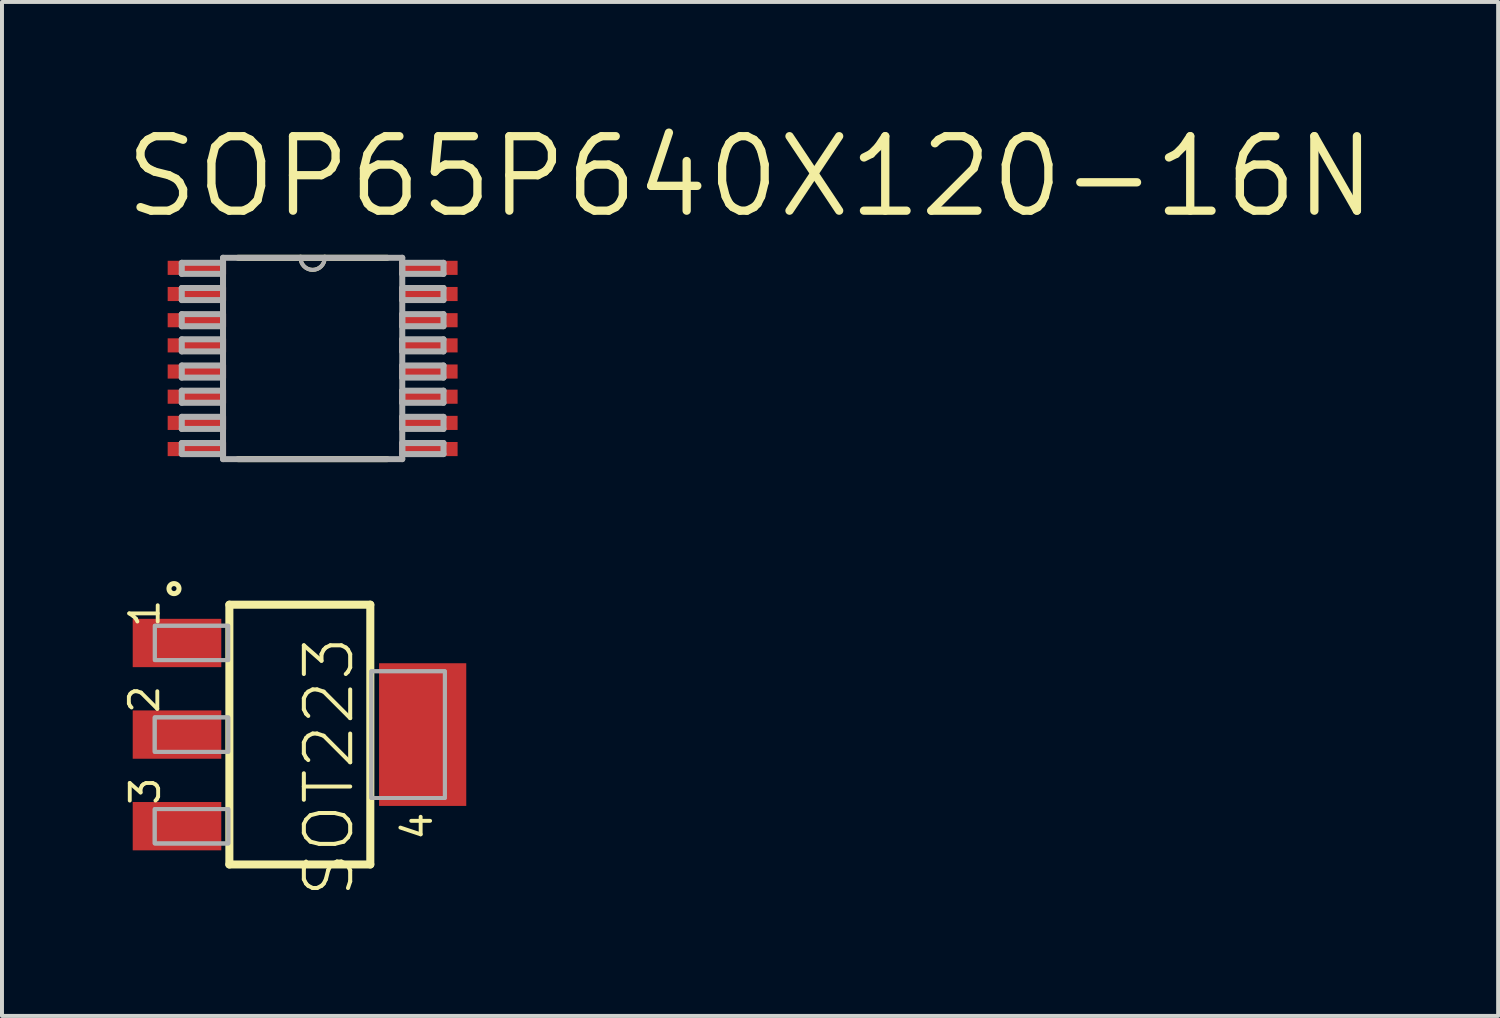
<source format=kicad_pcb>
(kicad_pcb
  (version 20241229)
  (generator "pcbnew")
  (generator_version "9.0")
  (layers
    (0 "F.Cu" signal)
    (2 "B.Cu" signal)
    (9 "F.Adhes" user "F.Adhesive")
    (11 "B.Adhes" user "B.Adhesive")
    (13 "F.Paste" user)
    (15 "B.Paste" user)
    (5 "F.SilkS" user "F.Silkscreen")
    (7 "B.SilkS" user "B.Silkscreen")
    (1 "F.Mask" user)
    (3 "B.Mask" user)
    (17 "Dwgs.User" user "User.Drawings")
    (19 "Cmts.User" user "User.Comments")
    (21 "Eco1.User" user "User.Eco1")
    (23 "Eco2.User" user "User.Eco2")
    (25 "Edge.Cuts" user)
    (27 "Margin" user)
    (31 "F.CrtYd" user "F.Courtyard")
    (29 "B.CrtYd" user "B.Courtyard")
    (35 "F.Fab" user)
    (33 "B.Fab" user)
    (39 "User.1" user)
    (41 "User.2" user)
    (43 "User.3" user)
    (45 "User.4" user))
  (footprint "SOT223"
    (layer "F.Cu")
    (at 4.515 15.484)
    (property "Reference" "SOT223" (at 0.051 -2.542 90) (unlocked yes) (layer "F.SilkS") (effects (font (size 1.169 1.169) (thickness 0.102)) (justify right top)))
    (fp_line (start -1.778 -3.277) (end 1.778 -3.277) (stroke (width 0.203) (type solid)) (layer "F.SilkS"))
    (fp_line (start -1.778 3.277) (end -1.778 -3.277) (stroke (width 0.203) (type solid)) (layer "F.SilkS"))
    (fp_line (start 1.778 -3.277) (end 1.778 3.277) (stroke (width 0.203) (type solid)) (layer "F.SilkS"))
    (fp_line (start 1.778 3.277) (end -1.778 3.277) (stroke (width 0.203) (type solid)) (layer "F.SilkS"))
    (fp_circle (center -3.175 -3.683) (end -3.048 -3.683) (stroke (width 0.127) (type solid)) (fill no) (layer "F.SilkS"))
    (fp_poly (pts (xy -3.663 -0.435) (xy -3.663 0.437) (xy -1.806 0.437) (xy -1.806 -0.435)) (stroke (width 0.1) (type default)) (fill no) (layer "F.Fab"))
    (fp_poly (pts (xy -3.662 1.88) (xy -3.662 2.747) (xy -1.803 2.747) (xy -1.803 1.88)) (stroke (width 0.1) (type default)) (fill no) (layer "F.Fab"))
    (fp_poly (pts (xy -3.662 1.88) (xy -3.662 2.747) (xy -1.803 2.747) (xy -1.803 1.88)) (stroke (width 0.1) (type default)) (fill no) (layer "F.Fab"))
    (fp_poly (pts (xy -3.661 -0.434) (xy -3.661 0.435) (xy -1.805 0.435) (xy -1.805 -0.434)) (stroke (width 0.1) (type default)) (fill no) (layer "F.Fab"))
    (fp_poly (pts (xy -3.66 -2.748) (xy -3.66 -1.878) (xy -1.809 -1.878) (xy -1.809 -2.748)) (stroke (width 0.1) (type default)) (fill no) (layer "F.Fab"))
    (fp_poly (pts (xy -3.658 -2.745) (xy -3.658 -1.879) (xy -1.806 -1.879) (xy -1.806 -2.745)) (stroke (width 0.1) (type default)) (fill no) (layer "F.Fab"))
    (fp_poly (pts (xy 1.804 -1.599) (xy 1.804 1.6) (xy 3.659 1.6) (xy 3.659 -1.599)) (stroke (width 0.1) (type default)) (fill no) (layer "F.Fab"))
    (fp_poly (pts (xy 1.804 -1.598) (xy 1.804 1.6) (xy 3.66 1.6) (xy 3.66 -1.598)) (stroke (width 0.1) (type default)) (fill no) (layer "F.Fab"))
    (fp_text user "3" (at -4.32 1.021 90) (unlocked yes) (layer "F.SilkS") (effects (font (size 0.716 0.716) (thickness 0.098)) (justify right top)))
    (fp_text user "4" (at 2.542 1.907 90) (unlocked yes) (layer "F.SilkS") (effects (font (size 0.716 0.716) (thickness 0.098)) (justify right top)))
    (fp_text user "2" (at -4.343 -1.295 90) (unlocked yes) (layer "F.SilkS") (effects (font (size 0.718 0.718) (thickness 0.098)) (justify right top)))
    (fp_text user "1" (at -4.333 -3.464 90) (unlocked yes) (layer "F.SilkS") (effects (font (size 0.718 0.718) (thickness 0.098)) (justify right top)))
    (pad "1" smd rect (at -3.099 -2.311 270) (size 1.219 2.235) (layers "F.Cu" "F.Mask" "F.Paste"))
    (pad "2" smd rect (at -3.099 0 270) (size 1.219 2.235) (layers "F.Cu" "F.Mask" "F.Paste"))
    (pad "3" smd rect (at -3.099 2.311 270) (size 1.219 2.235) (layers "F.Cu" "F.Mask" "F.Paste"))
    (pad "4" smd rect (at 3.099 0 270) (size 3.6 2.2) (layers "F.Cu" "F.Mask" "F.Paste")))
  (footprint "SOP65P640X120-16N"
    (layer "F.Cu")
    (at 4.838 5.994)
    (property "Reference" "SOP65P640X120-16N" (at -4.838 -3.488 0) (unlocked yes) (layer "F.SilkS") (effects (font (size 1.879 1.879) (thickness 0.209)) (justify left bottom)))
    (fp_line (start -1.88 2.54) (end 1.88 2.54) (stroke (width 0.152) (type solid)) (layer "F.SilkS"))
    (fp_line (start -0.305 -2.54) (end -1.88 -2.54) (stroke (width 0.152) (type solid)) (layer "F.SilkS"))
    (fp_line (start 0.305 -2.54) (end -0.305 -2.54) (stroke (width 0.152) (type solid)) (layer "F.SilkS"))
    (fp_line (start 1.88 -2.54) (end 0.305 -2.54) (stroke (width 0.152) (type solid)) (layer "F.SilkS"))
    (fp_arc (start 0.3048 -2.54) (mid 0 -2.2352) (end -0.3048 -2.54) (stroke (width 0.1) (type solid)) (layer "F.SilkS"))
    (fp_line (start -3.302 -2.413) (end -3.302 -2.134) (stroke (width 0.152) (type solid)) (layer "F.Fab"))
    (fp_line (start -3.302 -2.134) (end -2.261 -2.134) (stroke (width 0.152) (type solid)) (layer "F.Fab"))
    (fp_line (start -3.302 -1.778) (end -3.302 -1.473) (stroke (width 0.152) (type solid)) (layer "F.Fab"))
    (fp_line (start -3.302 -1.473) (end -2.261 -1.473) (stroke (width 0.152) (type solid)) (layer "F.Fab"))
    (fp_line (start -3.302 -1.118) (end -3.302 -0.813) (stroke (width 0.152) (type solid)) (layer "F.Fab"))
    (fp_line (start -3.302 -0.813) (end -2.261 -0.813) (stroke (width 0.152) (type solid)) (layer "F.Fab"))
    (fp_line (start -3.302 -0.483) (end -3.302 -0.178) (stroke (width 0.152) (type solid)) (layer "F.Fab"))
    (fp_line (start -3.302 -0.178) (end -2.261 -0.178) (stroke (width 0.152) (type solid)) (layer "F.Fab"))
    (fp_line (start -3.302 0.178) (end -3.302 0.483) (stroke (width 0.152) (type solid)) (layer "F.Fab"))
    (fp_line (start -3.302 0.483) (end -2.261 0.483) (stroke (width 0.152) (type solid)) (layer "F.Fab"))
    (fp_line (start -3.302 0.813) (end -3.302 1.118) (stroke (width 0.152) (type solid)) (layer "F.Fab"))
    (fp_line (start -3.302 1.118) (end -2.261 1.118) (stroke (width 0.152) (type solid)) (layer "F.Fab"))
    (fp_line (start -3.302 1.473) (end -3.302 1.778) (stroke (width 0.152) (type solid)) (layer "F.Fab"))
    (fp_line (start -3.302 1.778) (end -2.261 1.778) (stroke (width 0.152) (type solid)) (layer "F.Fab"))
    (fp_line (start -3.302 2.134) (end -3.302 2.413) (stroke (width 0.152) (type solid)) (layer "F.Fab"))
    (fp_line (start -3.302 2.413) (end -2.261 2.413) (stroke (width 0.152) (type solid)) (layer "F.Fab"))
    (fp_line (start -2.261 -2.54) (end -2.261 2.54) (stroke (width 0.152) (type solid)) (layer "F.Fab"))
    (fp_line (start -2.261 -2.413) (end -3.302 -2.413) (stroke (width 0.152) (type solid)) (layer "F.Fab"))
    (fp_line (start -2.261 -2.134) (end -2.261 -2.413) (stroke (width 0.152) (type solid)) (layer "F.Fab"))
    (fp_line (start -2.261 -1.778) (end -3.302 -1.778) (stroke (width 0.152) (type solid)) (layer "F.Fab"))
    (fp_line (start -2.261 -1.473) (end -2.261 -1.778) (stroke (width 0.152) (type solid)) (layer "F.Fab"))
    (fp_line (start -2.261 -1.118) (end -3.302 -1.118) (stroke (width 0.152) (type solid)) (layer "F.Fab"))
    (fp_line (start -2.261 -0.813) (end -2.261 -1.118) (stroke (width 0.152) (type solid)) (layer "F.Fab"))
    (fp_line (start -2.261 -0.483) (end -3.302 -0.483) (stroke (width 0.152) (type solid)) (layer "F.Fab"))
    (fp_line (start -2.261 -0.178) (end -2.261 -0.483) (stroke (width 0.152) (type solid)) (layer "F.Fab"))
    (fp_line (start -2.261 0.178) (end -3.302 0.178) (stroke (width 0.152) (type solid)) (layer "F.Fab"))
    (fp_line (start -2.261 0.483) (end -2.261 0.178) (stroke (width 0.152) (type solid)) (layer "F.Fab"))
    (fp_line (start -2.261 0.813) (end -3.302 0.813) (stroke (width 0.152) (type solid)) (layer "F.Fab"))
    (fp_line (start -2.261 1.118) (end -2.261 0.813) (stroke (width 0.152) (type solid)) (layer "F.Fab"))
    (fp_line (start -2.261 1.473) (end -3.302 1.473) (stroke (width 0.152) (type solid)) (layer "F.Fab"))
    (fp_line (start -2.261 1.778) (end -2.261 1.473) (stroke (width 0.152) (type solid)) (layer "F.Fab"))
    (fp_line (start -2.261 2.134) (end -3.302 2.134) (stroke (width 0.152) (type solid)) (layer "F.Fab"))
    (fp_line (start -2.261 2.413) (end -2.261 2.134) (stroke (width 0.152) (type solid)) (layer "F.Fab"))
    (fp_line (start -2.261 2.54) (end 2.261 2.54) (stroke (width 0.152) (type solid)) (layer "F.Fab"))
    (fp_line (start -0.305 -2.54) (end -2.261 -2.54) (stroke (width 0.152) (type solid)) (layer "F.Fab"))
    (fp_line (start 0.305 -2.54) (end -0.305 -2.54) (stroke (width 0.152) (type solid)) (layer "F.Fab"))
    (fp_line (start 2.261 -2.54) (end 0.305 -2.54) (stroke (width 0.152) (type solid)) (layer "F.Fab"))
    (fp_line (start 2.261 -2.413) (end 2.261 -2.134) (stroke (width 0.152) (type solid)) (layer "F.Fab"))
    (fp_line (start 2.261 -2.134) (end 3.302 -2.134) (stroke (width 0.152) (type solid)) (layer "F.Fab"))
    (fp_line (start 2.261 -1.778) (end 2.261 -1.473) (stroke (width 0.152) (type solid)) (layer "F.Fab"))
    (fp_line (start 2.261 -1.473) (end 3.302 -1.473) (stroke (width 0.152) (type solid)) (layer "F.Fab"))
    (fp_line (start 2.261 -1.118) (end 2.261 -0.813) (stroke (width 0.152) (type solid)) (layer "F.Fab"))
    (fp_line (start 2.261 -0.813) (end 3.302 -0.813) (stroke (width 0.152) (type solid)) (layer "F.Fab"))
    (fp_line (start 2.261 -0.483) (end 2.261 -0.178) (stroke (width 0.152) (type solid)) (layer "F.Fab"))
    (fp_line (start 2.261 -0.178) (end 3.302 -0.178) (stroke (width 0.152) (type solid)) (layer "F.Fab"))
    (fp_line (start 2.261 0.178) (end 2.261 0.483) (stroke (width 0.152) (type solid)) (layer "F.Fab"))
    (fp_line (start 2.261 0.483) (end 3.302 0.483) (stroke (width 0.152) (type solid)) (layer "F.Fab"))
    (fp_line (start 2.261 0.813) (end 2.261 1.118) (stroke (width 0.152) (type solid)) (layer "F.Fab"))
    (fp_line (start 2.261 1.118) (end 3.302 1.118) (stroke (width 0.152) (type solid)) (layer "F.Fab"))
    (fp_line (start 2.261 1.473) (end 2.261 1.778) (stroke (width 0.152) (type solid)) (layer "F.Fab"))
    (fp_line (start 2.261 1.778) (end 3.302 1.778) (stroke (width 0.152) (type solid)) (layer "F.Fab"))
    (fp_line (start 2.261 2.134) (end 2.261 2.413) (stroke (width 0.152) (type solid)) (layer "F.Fab"))
    (fp_line (start 2.261 2.413) (end 3.302 2.413) (stroke (width 0.152) (type solid)) (layer "F.Fab"))
    (fp_line (start 2.261 2.54) (end 2.261 -2.54) (stroke (width 0.152) (type solid)) (layer "F.Fab"))
    (fp_line (start 3.302 -2.413) (end 2.261 -2.413) (stroke (width 0.152) (type solid)) (layer "F.Fab"))
    (fp_line (start 3.302 -2.134) (end 3.302 -2.413) (stroke (width 0.152) (type solid)) (layer "F.Fab"))
    (fp_line (start 3.302 -1.778) (end 2.261 -1.778) (stroke (width 0.152) (type solid)) (layer "F.Fab"))
    (fp_line (start 3.302 -1.473) (end 3.302 -1.778) (stroke (width 0.152) (type solid)) (layer "F.Fab"))
    (fp_line (start 3.302 -1.118) (end 2.261 -1.118) (stroke (width 0.152) (type solid)) (layer "F.Fab"))
    (fp_line (start 3.302 -0.813) (end 3.302 -1.118) (stroke (width 0.152) (type solid)) (layer "F.Fab"))
    (fp_line (start 3.302 -0.483) (end 2.261 -0.483) (stroke (width 0.152) (type solid)) (layer "F.Fab"))
    (fp_line (start 3.302 -0.178) (end 3.302 -0.483) (stroke (width 0.152) (type solid)) (layer "F.Fab"))
    (fp_line (start 3.302 0.178) (end 2.261 0.178) (stroke (width 0.152) (type solid)) (layer "F.Fab"))
    (fp_line (start 3.302 0.483) (end 3.302 0.178) (stroke (width 0.152) (type solid)) (layer "F.Fab"))
    (fp_line (start 3.302 0.813) (end 2.261 0.813) (stroke (width 0.152) (type solid)) (layer "F.Fab"))
    (fp_line (start 3.302 1.118) (end 3.302 0.813) (stroke (width 0.152) (type solid)) (layer "F.Fab"))
    (fp_line (start 3.302 1.473) (end 2.261 1.473) (stroke (width 0.152) (type solid)) (layer "F.Fab"))
    (fp_line (start 3.302 1.778) (end 3.302 1.473) (stroke (width 0.152) (type solid)) (layer "F.Fab"))
    (fp_line (start 3.302 2.134) (end 2.261 2.134) (stroke (width 0.152) (type solid)) (layer "F.Fab"))
    (fp_line (start 3.302 2.413) (end 3.302 2.134) (stroke (width 0.152) (type solid)) (layer "F.Fab"))
    (fp_arc (start 0.3048 -2.54) (mid 0 -2.2352) (end -0.3048 -2.54) (stroke (width 0.1) (type solid)) (layer "F.Fab"))
    (pad "1" smd rect (at -2.921 -2.286) (size 1.473 0.356) (layers "F.Cu" "F.Mask" "F.Paste"))
    (pad "2" smd rect (at -2.921 -1.626) (size 1.473 0.356) (layers "F.Cu" "F.Mask" "F.Paste"))
    (pad "3" smd rect (at -2.921 -0.965) (size 1.473 0.356) (layers "F.Cu" "F.Mask" "F.Paste"))
    (pad "4" smd rect (at -2.921 -0.33) (size 1.473 0.356) (layers "F.Cu" "F.Mask" "F.Paste"))
    (pad "5" smd rect (at -2.921 0.33) (size 1.473 0.356) (layers "F.Cu" "F.Mask" "F.Paste"))
    (pad "6" smd rect (at -2.921 0.965) (size 1.473 0.356) (layers "F.Cu" "F.Mask" "F.Paste"))
    (pad "7" smd rect (at -2.921 1.626) (size 1.473 0.356) (layers "F.Cu" "F.Mask" "F.Paste"))
    (pad "8" smd rect (at -2.921 2.286) (size 1.473 0.356) (layers "F.Cu" "F.Mask" "F.Paste"))
    (pad "9" smd rect (at 2.921 2.286) (size 1.473 0.356) (layers "F.Cu" "F.Mask" "F.Paste"))
    (pad "10" smd rect (at 2.921 1.626) (size 1.473 0.356) (layers "F.Cu" "F.Mask" "F.Paste"))
    (pad "11" smd rect (at 2.921 0.965) (size 1.473 0.356) (layers "F.Cu" "F.Mask" "F.Paste"))
    (pad "12" smd rect (at 2.921 0.33) (size 1.473 0.356) (layers "F.Cu" "F.Mask" "F.Paste"))
    (pad "13" smd rect (at 2.921 -0.33) (size 1.473 0.356) (layers "F.Cu" "F.Mask" "F.Paste"))
    (pad "14" smd rect (at 2.921 -0.965) (size 1.473 0.356) (layers "F.Cu" "F.Mask" "F.Paste"))
    (pad "15" smd rect (at 2.921 -1.626) (size 1.473 0.356) (layers "F.Cu" "F.Mask" "F.Paste"))
    (pad "16" smd rect (at 2.921 -2.286) (size 1.473 0.356) (layers "F.Cu" "F.Mask" "F.Paste")))
  (gr_rect
    (start -3 -3)
    (end 34.749 22.583)
    (stroke (width 0.1) (type default))
    (fill no)
    (layer "Edge.Cuts")))
</source>
